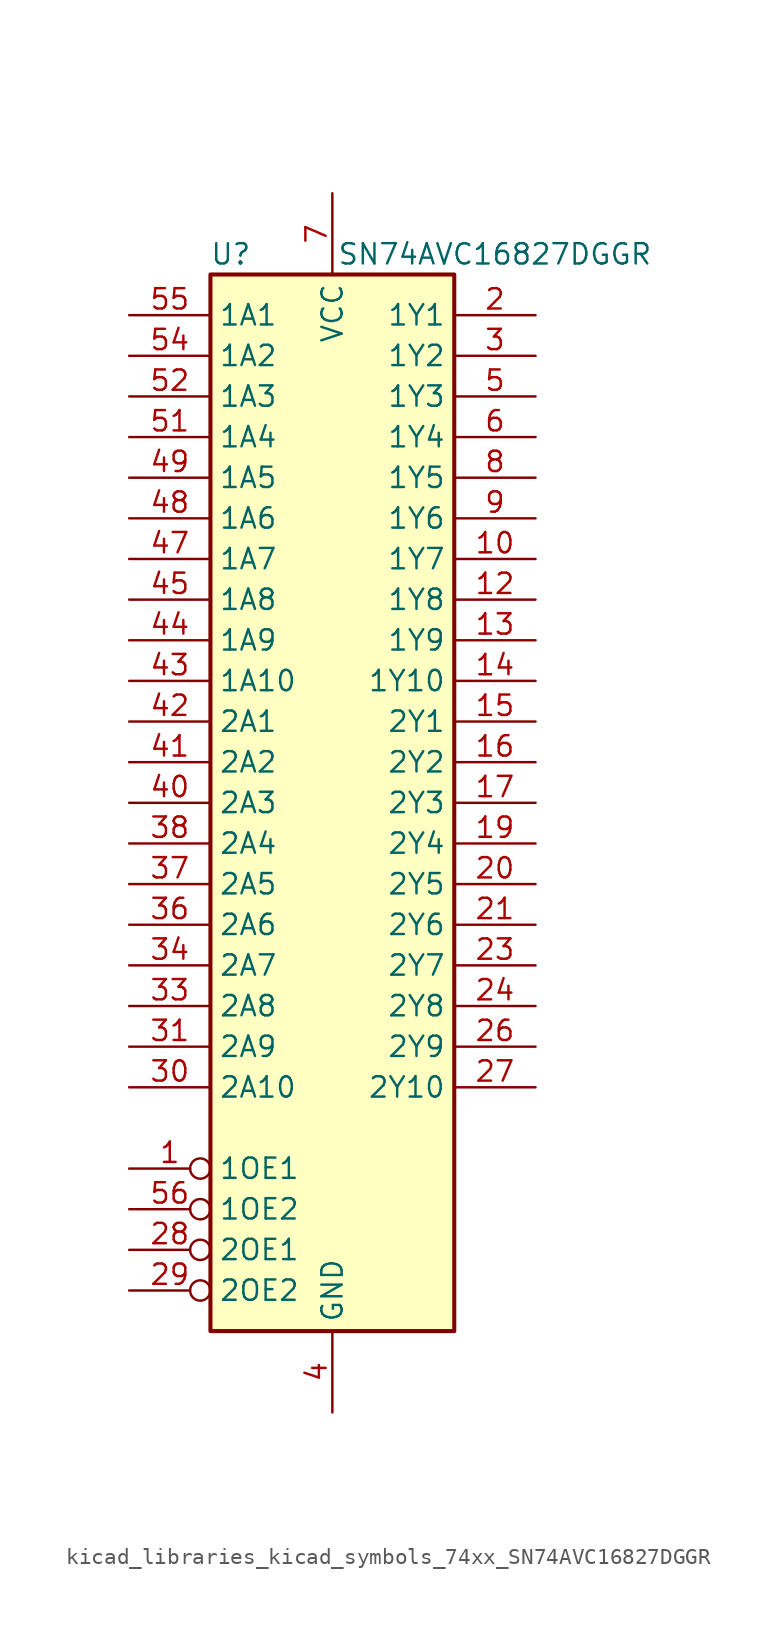
<source format=kicad_sym>
(kicad_symbol_lib
  (version 20220914)
  (generator kicad_symbol_editor)
  (symbol "kicad_libraries_kicad_symbols_74xx_SN74AVC16827DGGR"
    (property "Reference" "U"
      (at -6.35 34.29 0)
      (effects (font (size 1.27 1.27))))
    (property "Value" "SN74AVC16827DGGR"
      (at 10.16 34.29 0)
      (effects (font (size 1.27 1.27))))
    (symbol "kicad_libraries_kicad_symbols_74xx_SN74AVC16827DGGR_0_1"
      (rectangle (start -7.62 33.02) (end 7.62 -33.02) (stroke (width 0.254) (type default)) (fill (type background))))
    (symbol "kicad_libraries_kicad_symbols_74xx_SN74AVC16827DGGR_1_1"
      (pin input inverted (at -12.7 -22.86 0) (length 5.08) (name "1OE1" (effects (font (size 1.27 1.27)))) (number "1" (effects (font (size 1.27 1.27)))))
      (pin output line (at 12.7 15.24 180) (length 5.08) (name "1Y7" (effects (font (size 1.27 1.27)))) (number "10" (effects (font (size 1.27 1.27)))))
      (pin passive line (at 0 -38.1 90) (length 5.08) hide (name "GND" (effects (font (size 1.27 1.27)))) (number "11" (effects (font (size 1.27 1.27)))))
      (pin output line (at 12.7 12.7 180) (length 5.08) (name "1Y8" (effects (font (size 1.27 1.27)))) (number "12" (effects (font (size 1.27 1.27)))))
      (pin output line (at 12.7 10.16 180) (length 5.08) (name "1Y9" (effects (font (size 1.27 1.27)))) (number "13" (effects (font (size 1.27 1.27)))))
      (pin output line (at 12.7 7.62 180) (length 5.08) (name "1Y10" (effects (font (size 1.27 1.27)))) (number "14" (effects (font (size 1.27 1.27)))))
      (pin output line (at 12.7 5.08 180) (length 5.08) (name "2Y1" (effects (font (size 1.27 1.27)))) (number "15" (effects (font (size 1.27 1.27)))))
      (pin output line (at 12.7 2.54 180) (length 5.08) (name "2Y2" (effects (font (size 1.27 1.27)))) (number "16" (effects (font (size 1.27 1.27)))))
      (pin output line (at 12.7 0 180) (length 5.08) (name "2Y3" (effects (font (size 1.27 1.27)))) (number "17" (effects (font (size 1.27 1.27)))))
      (pin passive line (at 0 -38.1 90) (length 5.08) hide (name "GND" (effects (font (size 1.27 1.27)))) (number "18" (effects (font (size 1.27 1.27)))))
      (pin output line (at 12.7 -2.54 180) (length 5.08) (name "2Y4" (effects (font (size 1.27 1.27)))) (number "19" (effects (font (size 1.27 1.27)))))
      (pin output line (at 12.7 30.48 180) (length 5.08) (name "1Y1" (effects (font (size 1.27 1.27)))) (number "2" (effects (font (size 1.27 1.27)))))
      (pin output line (at 12.7 -5.08 180) (length 5.08) (name "2Y5" (effects (font (size 1.27 1.27)))) (number "20" (effects (font (size 1.27 1.27)))))
      (pin output line (at 12.7 -7.62 180) (length 5.08) (name "2Y6" (effects (font (size 1.27 1.27)))) (number "21" (effects (font (size 1.27 1.27)))))
      (pin passive line (at 0 38.1 270) (length 5.08) hide (name "VCC" (effects (font (size 1.27 1.27)))) (number "22" (effects (font (size 1.27 1.27)))))
      (pin output line (at 12.7 -10.16 180) (length 5.08) (name "2Y7" (effects (font (size 1.27 1.27)))) (number "23" (effects (font (size 1.27 1.27)))))
      (pin output line (at 12.7 -12.7 180) (length 5.08) (name "2Y8" (effects (font (size 1.27 1.27)))) (number "24" (effects (font (size 1.27 1.27)))))
      (pin passive line (at 0 -38.1 90) (length 5.08) hide (name "GND" (effects (font (size 1.27 1.27)))) (number "25" (effects (font (size 1.27 1.27)))))
      (pin output line (at 12.7 -15.24 180) (length 5.08) (name "2Y9" (effects (font (size 1.27 1.27)))) (number "26" (effects (font (size 1.27 1.27)))))
      (pin output line (at 12.7 -17.78 180) (length 5.08) (name "2Y10" (effects (font (size 1.27 1.27)))) (number "27" (effects (font (size 1.27 1.27)))))
      (pin input inverted (at -12.7 -27.94 0) (length 5.08) (name "2OE1" (effects (font (size 1.27 1.27)))) (number "28" (effects (font (size 1.27 1.27)))))
      (pin input inverted (at -12.7 -30.48 0) (length 5.08) (name "2OE2" (effects (font (size 1.27 1.27)))) (number "29" (effects (font (size 1.27 1.27)))))
      (pin output line (at 12.7 27.94 180) (length 5.08) (name "1Y2" (effects (font (size 1.27 1.27)))) (number "3" (effects (font (size 1.27 1.27)))))
      (pin input line (at -12.7 -17.78 0) (length 5.08) (name "2A10" (effects (font (size 1.27 1.27)))) (number "30" (effects (font (size 1.27 1.27)))))
      (pin input line (at -12.7 -15.24 0) (length 5.08) (name "2A9" (effects (font (size 1.27 1.27)))) (number "31" (effects (font (size 1.27 1.27)))))
      (pin passive line (at 0 -38.1 90) (length 5.08) hide (name "GND" (effects (font (size 1.27 1.27)))) (number "32" (effects (font (size 1.27 1.27)))))
      (pin input line (at -12.7 -12.7 0) (length 5.08) (name "2A8" (effects (font (size 1.27 1.27)))) (number "33" (effects (font (size 1.27 1.27)))))
      (pin input line (at -12.7 -10.16 0) (length 5.08) (name "2A7" (effects (font (size 1.27 1.27)))) (number "34" (effects (font (size 1.27 1.27)))))
      (pin passive line (at 0 38.1 270) (length 5.08) hide (name "VCC" (effects (font (size 1.27 1.27)))) (number "35" (effects (font (size 1.27 1.27)))))
      (pin input line (at -12.7 -7.62 0) (length 5.08) (name "2A6" (effects (font (size 1.27 1.27)))) (number "36" (effects (font (size 1.27 1.27)))))
      (pin input line (at -12.7 -5.08 0) (length 5.08) (name "2A5" (effects (font (size 1.27 1.27)))) (number "37" (effects (font (size 1.27 1.27)))))
      (pin input line (at -12.7 -2.54 0) (length 5.08) (name "2A4" (effects (font (size 1.27 1.27)))) (number "38" (effects (font (size 1.27 1.27)))))
      (pin passive line (at 0 -38.1 90) (length 5.08) hide (name "GND" (effects (font (size 1.27 1.27)))) (number "39" (effects (font (size 1.27 1.27)))))
      (pin power_in line (at 0 -38.1 90) (length 5.08) (name "GND" (effects (font (size 1.27 1.27)))) (number "4" (effects (font (size 1.27 1.27)))))
      (pin input line (at -12.7 0 0) (length 5.08) (name "2A3" (effects (font (size 1.27 1.27)))) (number "40" (effects (font (size 1.27 1.27)))))
      (pin input line (at -12.7 2.54 0) (length 5.08) (name "2A2" (effects (font (size 1.27 1.27)))) (number "41" (effects (font (size 1.27 1.27)))))
      (pin input line (at -12.7 5.08 0) (length 5.08) (name "2A1" (effects (font (size 1.27 1.27)))) (number "42" (effects (font (size 1.27 1.27)))))
      (pin input line (at -12.7 7.62 0) (length 5.08) (name "1A10" (effects (font (size 1.27 1.27)))) (number "43" (effects (font (size 1.27 1.27)))))
      (pin input line (at -12.7 10.16 0) (length 5.08) (name "1A9" (effects (font (size 1.27 1.27)))) (number "44" (effects (font (size 1.27 1.27)))))
      (pin input line (at -12.7 12.7 0) (length 5.08) (name "1A8" (effects (font (size 1.27 1.27)))) (number "45" (effects (font (size 1.27 1.27)))))
      (pin passive line (at 0 -38.1 90) (length 5.08) hide (name "GND" (effects (font (size 1.27 1.27)))) (number "46" (effects (font (size 1.27 1.27)))))
      (pin input line (at -12.7 15.24 0) (length 5.08) (name "1A7" (effects (font (size 1.27 1.27)))) (number "47" (effects (font (size 1.27 1.27)))))
      (pin input line (at -12.7 17.78 0) (length 5.08) (name "1A6" (effects (font (size 1.27 1.27)))) (number "48" (effects (font (size 1.27 1.27)))))
      (pin input line (at -12.7 20.32 0) (length 5.08) (name "1A5" (effects (font (size 1.27 1.27)))) (number "49" (effects (font (size 1.27 1.27)))))
      (pin output line (at 12.7 25.4 180) (length 5.08) (name "1Y3" (effects (font (size 1.27 1.27)))) (number "5" (effects (font (size 1.27 1.27)))))
      (pin passive line (at 0 38.1 270) (length 5.08) hide (name "VCC" (effects (font (size 1.27 1.27)))) (number "50" (effects (font (size 1.27 1.27)))))
      (pin input line (at -12.7 22.86 0) (length 5.08) (name "1A4" (effects (font (size 1.27 1.27)))) (number "51" (effects (font (size 1.27 1.27)))))
      (pin input line (at -12.7 25.4 0) (length 5.08) (name "1A3" (effects (font (size 1.27 1.27)))) (number "52" (effects (font (size 1.27 1.27)))))
      (pin passive line (at 0 -38.1 90) (length 5.08) hide (name "GND" (effects (font (size 1.27 1.27)))) (number "53" (effects (font (size 1.27 1.27)))))
      (pin input line (at -12.7 27.94 0) (length 5.08) (name "1A2" (effects (font (size 1.27 1.27)))) (number "54" (effects (font (size 1.27 1.27)))))
      (pin input line (at -12.7 30.48 0) (length 5.08) (name "1A1" (effects (font (size 1.27 1.27)))) (number "55" (effects (font (size 1.27 1.27)))))
      (pin input inverted (at -12.7 -25.4 0) (length 5.08) (name "1OE2" (effects (font (size 1.27 1.27)))) (number "56" (effects (font (size 1.27 1.27)))))
      (pin output line (at 12.7 22.86 180) (length 5.08) (name "1Y4" (effects (font (size 1.27 1.27)))) (number "6" (effects (font (size 1.27 1.27)))))
      (pin power_in line (at 0 38.1 270) (length 5.08) (name "VCC" (effects (font (size 1.27 1.27)))) (number "7" (effects (font (size 1.27 1.27)))))
      (pin output line (at 12.7 20.32 180) (length 5.08) (name "1Y5" (effects (font (size 1.27 1.27)))) (number "8" (effects (font (size 1.27 1.27)))))
      (pin output line (at 12.7 17.78 180) (length 5.08) (name "1Y6" (effects (font (size 1.27 1.27)))) (number "9" (effects (font (size 1.27 1.27))))))))
</source>
